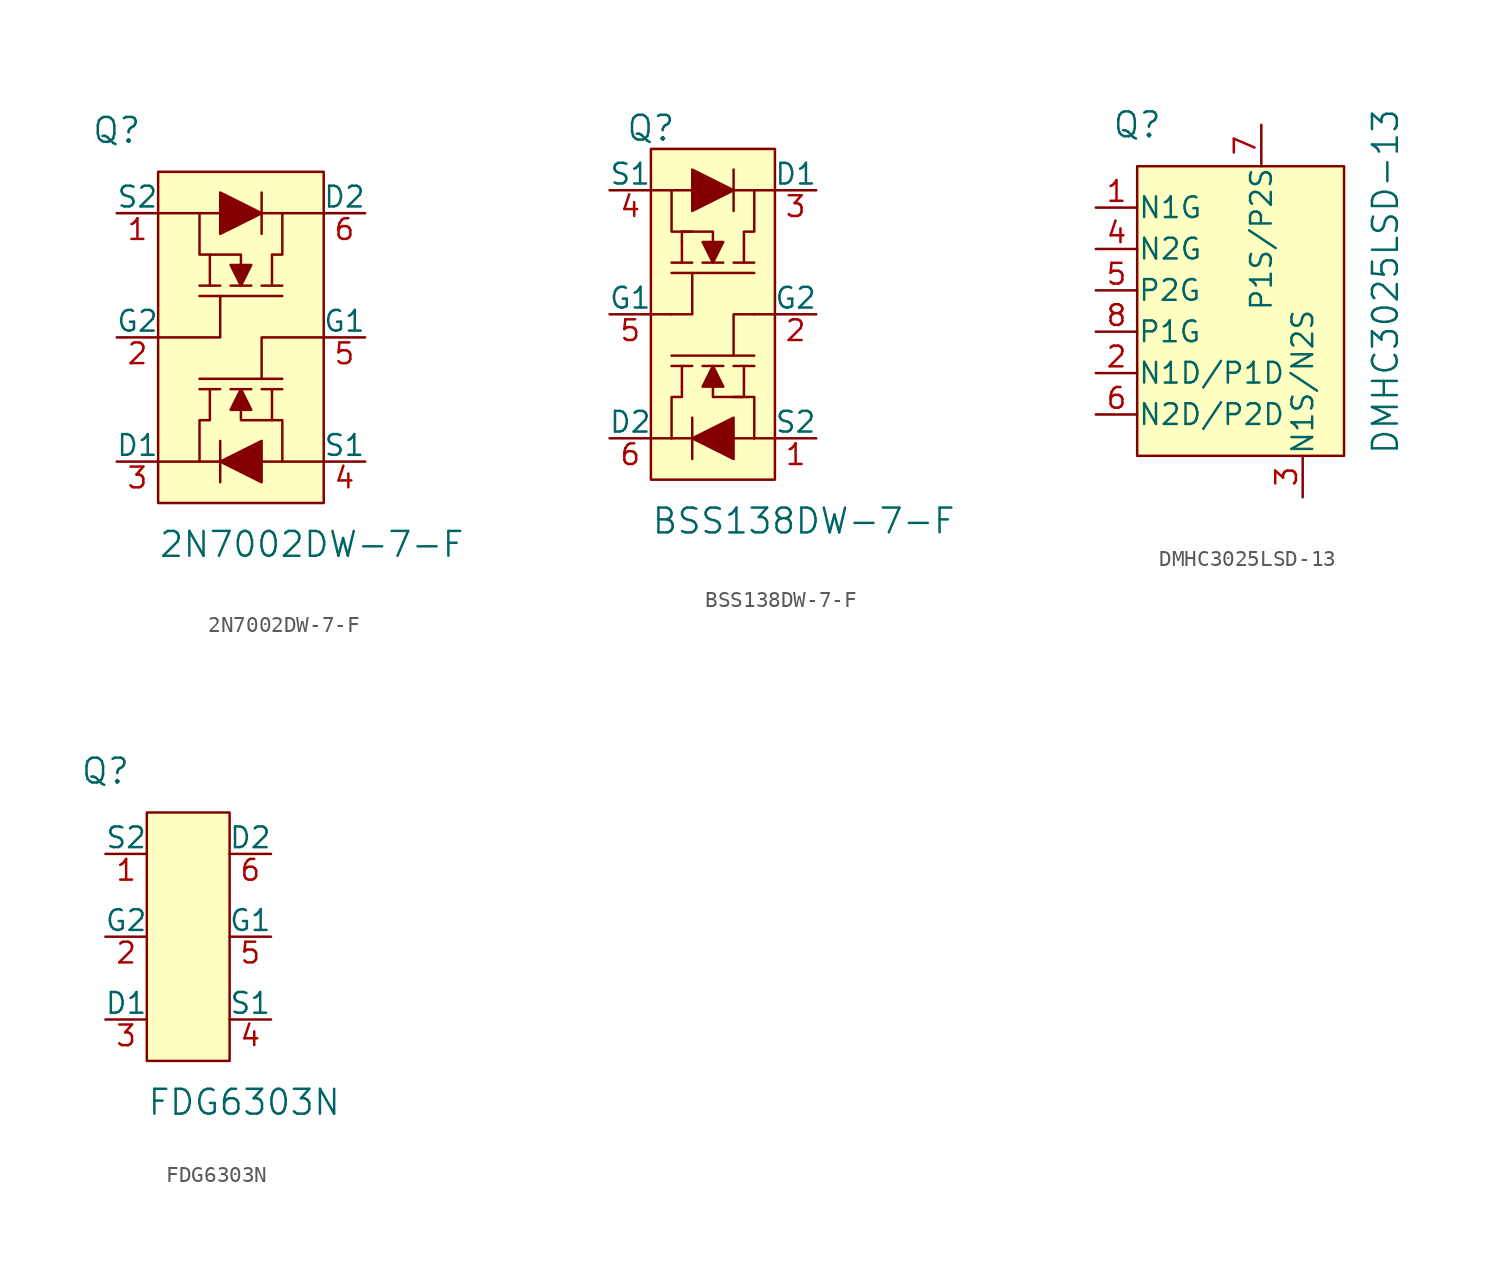
<source format=kicad_sym>
(kicad_symbol_lib
  (version 20231120)
  (generator "kicad_symbol_editor")
  (generator_version "8.0")
  (symbol "2N7002DW-7-F"
    (pin_names
      (offset 0))
    (property "Reference" "Q"
      (at -7.62 10.16 0)
      (effects (font (size 1.524 1.524))))
    (property "Value" "2N7002DW-7-F"
      (at -5.08 -15.24 0)
      (effects (font (size 1.524 1.524)) (justify left)))
    (symbol "2N7002DW-7-F_0_1"
      (rectangle (start -5.08 7.62) (end 5.08 -12.7) (stroke (width 0) (type solid)) (fill (type background)))
      (polyline (pts (xy -5.08 -10.16) (xy -1.27 -10.16)) (stroke (width 0) (type solid)) (fill (type none)))
      (polyline (pts (xy -2.54 0) (xy 2.54 0)) (stroke (width 0) (type solid)) (fill (type none)))
      (polyline (pts (xy -1.27 -11.43) (xy -1.27 -8.89)) (stroke (width 0) (type solid)) (fill (type none)))
      (polyline (pts (xy -1.27 -5.715) (xy -2.54 -5.715)) (stroke (width 0) (type solid)) (fill (type none)))
      (polyline (pts (xy -1.27 0.635) (xy -2.54 0.635)) (stroke (width 0) (type solid)) (fill (type none)))
      (polyline (pts (xy -1.27 5.08) (xy -5.08 5.08)) (stroke (width 0) (type solid)) (fill (type none)))
      (polyline (pts (xy -0.635 0.635) (xy 0.635 0.635)) (stroke (width 0) (type solid)) (fill (type none)))
      (polyline (pts (xy 0.635 -5.715) (xy -0.635 -5.715)) (stroke (width 0) (type solid)) (fill (type none)))
      (polyline (pts (xy 1.27 -10.16) (xy 5.08 -10.16)) (stroke (width 0) (type solid)) (fill (type none)))
      (polyline (pts (xy 1.27 -5.715) (xy 2.54 -5.715)) (stroke (width 0) (type solid)) (fill (type none)))
      (polyline (pts (xy 1.27 0.635) (xy 2.54 0.635)) (stroke (width 0) (type solid)) (fill (type none)))
      (polyline (pts (xy 1.27 6.35) (xy 1.27 3.81)) (stroke (width 0) (type solid)) (fill (type none)))
      (polyline (pts (xy 2.54 -5.08) (xy -2.54 -5.08)) (stroke (width 0) (type solid)) (fill (type none)))
      (polyline (pts (xy 5.08 5.08) (xy 1.27 5.08)) (stroke (width 0) (type solid)) (fill (type none)))
      (polyline (pts (xy -5.08 -2.54) (xy -1.27 -2.54) (xy -1.27 0)) (stroke (width 0) (type solid)) (fill (type none)))
      (polyline (pts (xy -1.905 2.54) (xy -2.54 2.54) (xy -2.54 5.08)) (stroke (width 0) (type solid)) (fill (type none)))
      (polyline (pts (xy 1.905 -7.62) (xy 2.54 -7.62) (xy 2.54 -10.16)) (stroke (width 0) (type solid)) (fill (type none)))
      (polyline (pts (xy 5.08 -2.54) (xy 1.27 -2.54) (xy 1.27 -5.08)) (stroke (width 0) (type solid)) (fill (type none)))
      (polyline (pts (xy -1.905 -5.715) (xy -1.905 -7.62) (xy -2.54 -7.62) (xy -2.54 -10.16)) (stroke (width 0) (type solid)) (fill (type none)))
      (polyline (pts (xy -1.27 6.35) (xy -1.27 3.81) (xy 1.27 5.08) (xy -1.27 6.35)) (stroke (width 0) (type solid)) (fill (type outline)))
      (polyline (pts (xy -0.635 1.905) (xy 0 0.635) (xy 0.635 1.905) (xy -0.635 1.905)) (stroke (width 0) (type solid)) (fill (type outline)))
      (polyline (pts (xy 0 -6.985) (xy 0 -7.62) (xy 1.905 -7.62) (xy 1.905 -5.715)) (stroke (width 0) (type solid)) (fill (type none)))
      (polyline (pts (xy 0 1.905) (xy 0 2.54) (xy -1.905 2.54) (xy -1.905 0.635)) (stroke (width 0) (type solid)) (fill (type none)))
      (polyline (pts (xy 0.635 -6.985) (xy 0 -5.715) (xy -0.635 -6.985) (xy 0.635 -6.985)) (stroke (width 0) (type solid)) (fill (type outline)))
      (polyline (pts (xy 1.27 -11.43) (xy 1.27 -8.89) (xy -1.27 -10.16) (xy 1.27 -11.43)) (stroke (width 0) (type solid)) (fill (type outline)))
      (polyline (pts (xy 1.905 0.635) (xy 1.905 2.54) (xy 2.54 2.54) (xy 2.54 5.08)) (stroke (width 0) (type solid)) (fill (type none))))
    (symbol "2N7002DW-7-F_1_1"
      (pin input line (at -7.62 5.08 0) (length 2.54) (name "S2" (effects (font (size 1.27 1.27)))) (number "1" (effects (font (size 1.27 1.27)))))
      (pin input line (at -7.62 -2.54 0) (length 2.54) (name "G2" (effects (font (size 1.27 1.27)))) (number "2" (effects (font (size 1.27 1.27)))))
      (pin output line (at -7.62 -10.16 0) (length 2.54) (name "D1" (effects (font (size 1.27 1.27)))) (number "3" (effects (font (size 1.27 1.27)))))
      (pin input line (at 7.62 -10.16 180) (length 2.54) (name "S1" (effects (font (size 1.27 1.27)))) (number "4" (effects (font (size 1.27 1.27)))))
      (pin input line (at 7.62 -2.54 180) (length 2.54) (name "G1" (effects (font (size 1.27 1.27)))) (number "5" (effects (font (size 1.27 1.27)))))
      (pin output line (at 7.62 5.08 180) (length 2.54) (name "D2" (effects (font (size 1.27 1.27)))) (number "6" (effects (font (size 1.27 1.27)))))))
  (symbol "BSS138DW-7-F"
    (pin_names
      (offset 0))
    (property "Reference" "Q"
      (at -5.08 8.89 0)
      (effects (font (size 1.524 1.524))))
    (property "Value" "BSS138DW-7-F"
      (at -5.08 -15.24 0)
      (effects (font (size 1.524 1.524)) (justify left)))
    (symbol "BSS138DW-7-F_0_1"
      (rectangle (start -5.08 7.62) (end 2.54 -12.7) (stroke (width 0) (type solid)) (fill (type background)))
      (polyline (pts (xy -5.08 -2.54) (xy -3.81 -2.54)) (stroke (width 0) (type solid)) (fill (type none)))
      (polyline (pts (xy -3.81 -10.16) (xy -5.08 -10.16)) (stroke (width 0) (type solid)) (fill (type none)))
      (polyline (pts (xy -3.81 -5.08) (xy 1.27 -5.08)) (stroke (width 0) (type solid)) (fill (type none)))
      (polyline (pts (xy -3.81 5.08) (xy -5.08 5.08)) (stroke (width 0) (type solid)) (fill (type none)))
      (polyline (pts (xy -3.175 -5.715) (xy -3.175 -6.985)) (stroke (width 0) (type solid)) (fill (type none)))
      (polyline (pts (xy -3.175 1.905) (xy -3.175 0.635)) (stroke (width 0) (type solid)) (fill (type none)))
      (polyline (pts (xy -2.54 -11.43) (xy -2.54 -8.89)) (stroke (width 0) (type solid)) (fill (type none)))
      (polyline (pts (xy -2.54 -10.16) (xy -3.81 -10.16)) (stroke (width 0) (type solid)) (fill (type none)))
      (polyline (pts (xy -2.54 -5.715) (xy -3.81 -5.715)) (stroke (width 0) (type solid)) (fill (type none)))
      (polyline (pts (xy -2.54 0.635) (xy -3.81 0.635)) (stroke (width 0) (type solid)) (fill (type none)))
      (polyline (pts (xy -2.54 5.08) (xy -3.81 5.08)) (stroke (width 0) (type solid)) (fill (type none)))
      (polyline (pts (xy -1.905 0.635) (xy -0.635 0.635)) (stroke (width 0) (type solid)) (fill (type none)))
      (polyline (pts (xy -0.635 -5.715) (xy -1.905 -5.715)) (stroke (width 0) (type solid)) (fill (type none)))
      (polyline (pts (xy 0 -10.16) (xy 1.27 -10.16)) (stroke (width 0) (type solid)) (fill (type none)))
      (polyline (pts (xy 0 -5.715) (xy 1.27 -5.715)) (stroke (width 0) (type solid)) (fill (type none)))
      (polyline (pts (xy 0 0.635) (xy 1.27 0.635)) (stroke (width 0) (type solid)) (fill (type none)))
      (polyline (pts (xy 0 5.08) (xy 1.27 5.08)) (stroke (width 0) (type solid)) (fill (type none)))
      (polyline (pts (xy 0 6.35) (xy 0 3.81)) (stroke (width 0) (type solid)) (fill (type none)))
      (polyline (pts (xy 0.635 -6.985) (xy 0.635 -5.715)) (stroke (width 0) (type solid)) (fill (type none)))
      (polyline (pts (xy 0.635 0.635) (xy 0.635 1.905)) (stroke (width 0) (type solid)) (fill (type none)))
      (polyline (pts (xy 1.27 -2.54) (xy 2.54 -2.54)) (stroke (width 0) (type solid)) (fill (type none)))
      (polyline (pts (xy 1.27 0) (xy -3.81 0)) (stroke (width 0) (type solid)) (fill (type none)))
      (polyline (pts (xy 2.54 -10.16) (xy 1.27 -10.16)) (stroke (width 0) (type solid)) (fill (type none)))
      (polyline (pts (xy 2.54 5.08) (xy 1.27 5.08)) (stroke (width 0) (type solid)) (fill (type none)))
      (polyline (pts (xy -3.81 5.08) (xy -3.81 2.54) (xy -2.54 2.54)) (stroke (width 0) (type solid)) (fill (type none)))
      (polyline (pts (xy -2.54 0) (xy -2.54 -2.54) (xy -3.81 -2.54)) (stroke (width 0) (type solid)) (fill (type none)))
      (polyline (pts (xy 1.27 -10.16) (xy 1.27 -7.62) (xy 0 -7.62)) (stroke (width 0) (type solid)) (fill (type none)))
      (polyline (pts (xy 1.27 -2.54) (xy 0 -2.54) (xy 0 -5.08)) (stroke (width 0) (type solid)) (fill (type none)))
      (polyline (pts (xy -3.175 -6.985) (xy -3.175 -7.62) (xy -3.81 -7.62) (xy -3.81 -10.16)) (stroke (width 0) (type solid)) (fill (type none)))
      (polyline (pts (xy -2.54 6.35) (xy -2.54 3.81) (xy 0 5.08) (xy -2.54 6.35)) (stroke (width 0) (type solid)) (fill (type outline)))
      (polyline (pts (xy -1.905 1.905) (xy -1.27 0.635) (xy -0.635 1.905) (xy -1.905 1.905)) (stroke (width 0) (type solid)) (fill (type outline)))
      (polyline (pts (xy -1.27 -6.985) (xy -1.27 -7.62) (xy 0.635 -7.62) (xy 0.635 -6.985)) (stroke (width 0) (type solid)) (fill (type none)))
      (polyline (pts (xy -1.27 1.905) (xy -1.27 2.54) (xy -3.175 2.54) (xy -3.175 1.905)) (stroke (width 0) (type solid)) (fill (type none)))
      (polyline (pts (xy -0.635 -6.985) (xy -1.27 -5.715) (xy -1.905 -6.985) (xy -0.635 -6.985)) (stroke (width 0) (type solid)) (fill (type outline)))
      (polyline (pts (xy 0 -11.43) (xy 0 -8.89) (xy -2.54 -10.16) (xy 0 -11.43)) (stroke (width 0) (type solid)) (fill (type outline)))
      (polyline (pts (xy 0.635 1.905) (xy 0.635 2.54) (xy 1.27 2.54) (xy 1.27 5.08)) (stroke (width 0) (type solid)) (fill (type none))))
    (symbol "BSS138DW-7-F_1_1"
      (pin input line (at 5.08 -10.16 180) (length 2.54) (name "S2" (effects (font (size 1.27 1.27)))) (number "1" (effects (font (size 1.27 1.27)))))
      (pin input line (at 5.08 -2.54 180) (length 2.54) (name "G2" (effects (font (size 1.27 1.27)))) (number "2" (effects (font (size 1.27 1.27)))))
      (pin output line (at 5.08 5.08 180) (length 2.54) (name "D1" (effects (font (size 1.27 1.27)))) (number "3" (effects (font (size 1.27 1.27)))))
      (pin input line (at -7.62 5.08 0) (length 2.54) (name "S1" (effects (font (size 1.27 1.27)))) (number "4" (effects (font (size 1.27 1.27)))))
      (pin input line (at -7.62 -2.54 0) (length 2.54) (name "G1" (effects (font (size 1.27 1.27)))) (number "5" (effects (font (size 1.27 1.27)))))
      (pin output line (at -7.62 -10.16 0) (length 2.54) (name "D2" (effects (font (size 1.27 1.27)))) (number "6" (effects (font (size 1.27 1.27)))))))
  (symbol "DMHC3025LSD-13"
    (pin_names
      (offset 0.025))
    (property "Reference" "Q"
      (at -7.62 10.16 0)
      (effects (font (size 1.524 1.524))))
    (property "Value" "DMHC3025LSD-13"
      (at 7.62 -10.16 90)
      (effects (font (size 1.524 1.524)) (justify left)))
    (symbol "DMHC3025LSD-13_0_1"
      (rectangle (start -7.62 7.62) (end 5.08 -10.16) (stroke (width 0) (type solid)) (fill (type background))))
    (symbol "DMHC3025LSD-13_1_0"
      (pin power_in line (at 0 10.16 270) (length 2.54) (name "P1S/P2S" (effects (font (size 1.27 1.27)))) (number "7" (effects (font (size 1.27 1.27)))))
      (pin input line (at -10.16 -2.54 0) (length 2.54) (name "P1G~{}" (effects (font (size 1.27 1.27)))) (number "8" (effects (font (size 1.27 1.27))))))
    (symbol "DMHC3025LSD-13_1_1"
      (pin input line (at -10.16 5.08 0) (length 2.54) (name "N1G" (effects (font (size 1.27 1.27)))) (number "1" (effects (font (size 1.27 1.27)))))
      (pin passive line (at -10.16 -5.08 0) (length 2.54) (name "N1D/P1D" (effects (font (size 1.27 1.27)))) (number "2" (effects (font (size 1.27 1.27)))))
      (pin power_in line (at 2.54 -12.7 90) (length 2.54) (name "N1S/N2S" (effects (font (size 1.27 1.27)))) (number "3" (effects (font (size 1.27 1.27)))))
      (pin input line (at -10.16 2.54 0) (length 2.54) (name "N2G" (effects (font (size 1.27 1.27)))) (number "4" (effects (font (size 1.27 1.27)))))
      (pin input line (at -10.16 0 0) (length 2.54) (name "P2G" (effects (font (size 1.27 1.27)))) (number "5" (effects (font (size 1.27 1.27)))))
      (pin passive line (at -10.16 -7.62 0) (length 2.54) (name "N2D/P2D" (effects (font (size 1.27 1.27)))) (number "6" (effects (font (size 1.27 1.27)))))))
  (symbol "FDG6303N"
    (pin_names
      (offset 0))
    (property "Reference" "Q"
      (at -5.08 10.16 0)
      (effects (font (size 1.524 1.524))))
    (property "Value" "FDG6303N"
      (at -2.54 -10.16 0)
      (effects (font (size 1.524 1.524)) (justify left)))
    (symbol "FDG6303N_0_1"
      (rectangle (start -2.54 7.62) (end 2.54 -7.62) (stroke (width 0) (type solid)) (fill (type background))))
    (symbol "FDG6303N_1_1"
      (pin input line (at -5.08 5.08 0) (length 2.54) (name "S2" (effects (font (size 1.27 1.27)))) (number "1" (effects (font (size 1.27 1.27)))))
      (pin input line (at -5.08 0 0) (length 2.54) (name "G2" (effects (font (size 1.27 1.27)))) (number "2" (effects (font (size 1.27 1.27)))))
      (pin output line (at -5.08 -5.08 0) (length 2.54) (name "D1" (effects (font (size 1.27 1.27)))) (number "3" (effects (font (size 1.27 1.27)))))
      (pin input line (at 5.08 -5.08 180) (length 2.54) (name "S1" (effects (font (size 1.27 1.27)))) (number "4" (effects (font (size 1.27 1.27)))))
      (pin input line (at 5.08 0 180) (length 2.54) (name "G1" (effects (font (size 1.27 1.27)))) (number "5" (effects (font (size 1.27 1.27)))))
      (pin output line (at 5.08 5.08 180) (length 2.54) (name "D2" (effects (font (size 1.27 1.27)))) (number "6" (effects (font (size 1.27 1.27))))))))
</source>
